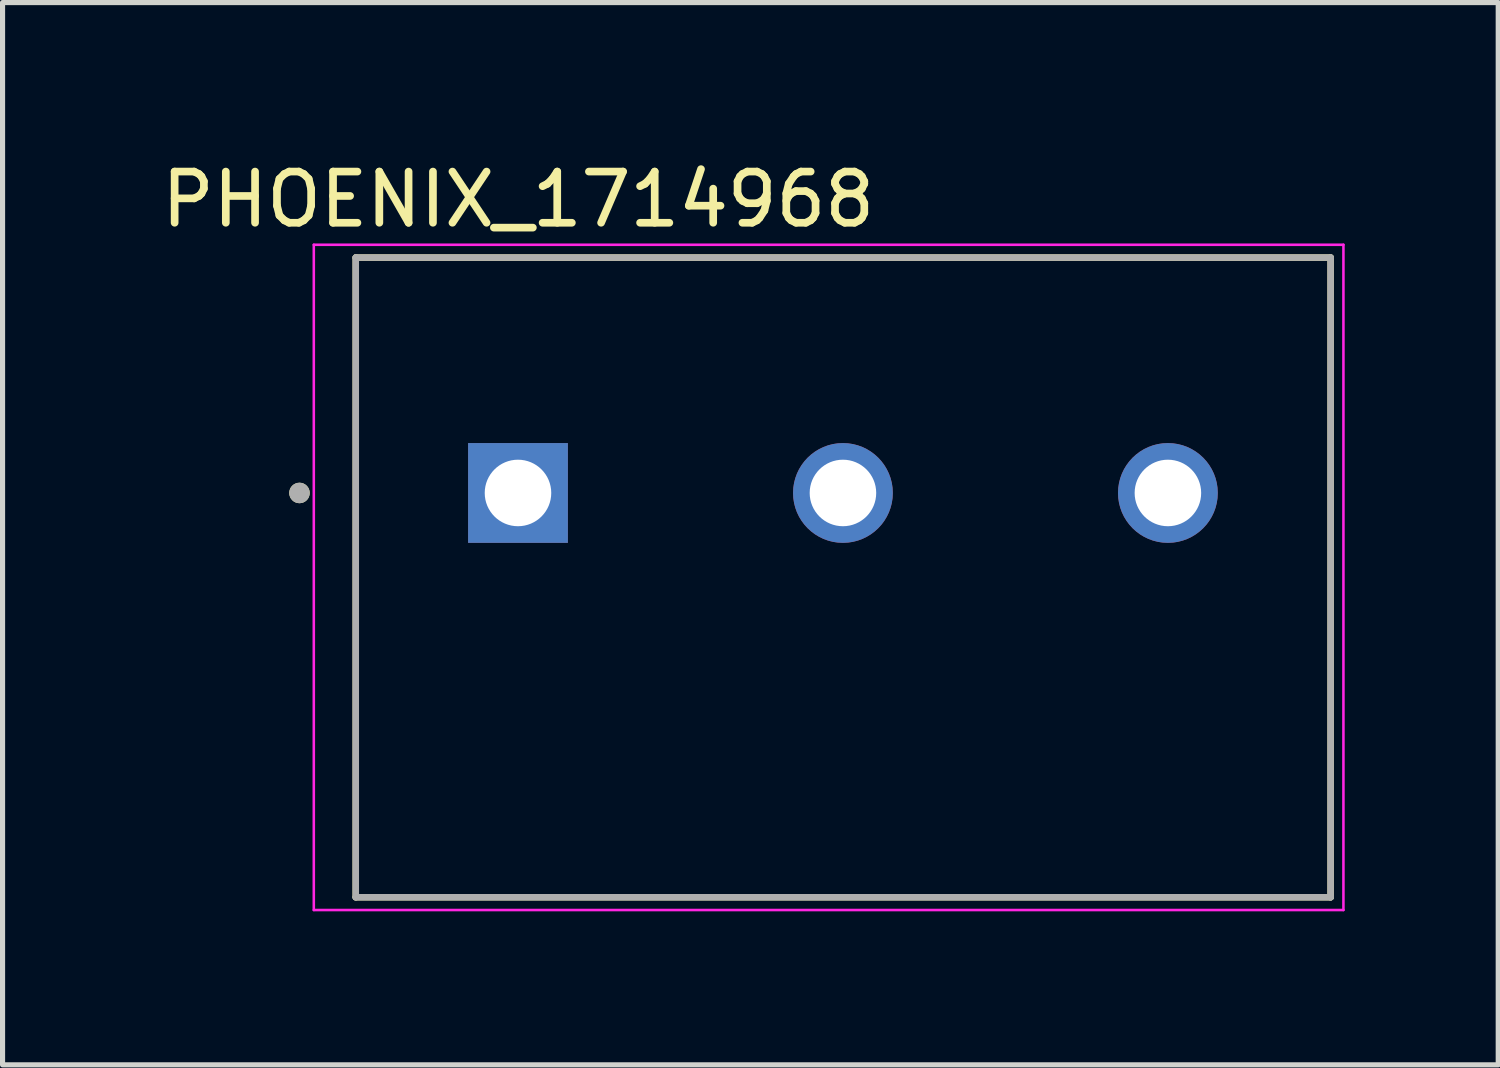
<source format=kicad_pcb>
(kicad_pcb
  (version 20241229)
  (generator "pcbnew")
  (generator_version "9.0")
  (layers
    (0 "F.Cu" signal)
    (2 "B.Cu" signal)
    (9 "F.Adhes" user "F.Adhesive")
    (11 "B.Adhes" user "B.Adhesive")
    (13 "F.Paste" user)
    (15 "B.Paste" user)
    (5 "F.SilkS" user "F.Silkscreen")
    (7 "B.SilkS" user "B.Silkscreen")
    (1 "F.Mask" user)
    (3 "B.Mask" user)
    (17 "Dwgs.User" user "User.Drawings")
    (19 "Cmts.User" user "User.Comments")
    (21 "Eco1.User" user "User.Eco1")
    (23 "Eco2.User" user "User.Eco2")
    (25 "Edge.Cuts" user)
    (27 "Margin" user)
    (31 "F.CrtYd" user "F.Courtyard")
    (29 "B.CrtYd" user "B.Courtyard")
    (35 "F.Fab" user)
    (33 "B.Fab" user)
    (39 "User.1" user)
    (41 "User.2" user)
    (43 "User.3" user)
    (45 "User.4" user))
  (footprint "PHOENIX_1714968"
    (layer "F.Cu")
    (at 3.902 14.483)
    (property "Reference" "PHOENIX_1714968" (at 3.175 -13.635 0) (layer "F.SilkS") (effects (font (size 1 1) (thickness 0.15))))
    (attr through_hole)
    (fp_line (start 0 -12.5) (end 0 0) (stroke (width 0.127) (type solid)) (layer "F.SilkS"))
    (fp_line (start 0 0) (end 19.05 0) (stroke (width 0.127) (type solid)) (layer "F.SilkS"))
    (fp_line (start 19.05 -12.5) (end 0 -12.5) (stroke (width 0.127) (type solid)) (layer "F.SilkS"))
    (fp_line (start 19.05 0) (end 19.05 -12.5) (stroke (width 0.127) (type solid)) (layer "F.SilkS"))
    (fp_circle (center -1.1 -7.9) (end -1 -7.9) (stroke (width 0.2) (type solid)) (fill no) (layer "F.SilkS"))
    (fp_line (start -0.82 -12.75) (end -0.82 0.25) (stroke (width 0.05) (type solid)) (layer "F.CrtYd"))
    (fp_line (start -0.82 0.25) (end 19.3 0.25) (stroke (width 0.05) (type solid)) (layer "F.CrtYd"))
    (fp_line (start 19.3 -12.75) (end -0.82 -12.75) (stroke (width 0.05) (type solid)) (layer "F.CrtYd"))
    (fp_line (start 19.3 0.25) (end 19.3 -12.75) (stroke (width 0.05) (type solid)) (layer "F.CrtYd"))
    (fp_line (start 0 -12.5) (end 0 0) (stroke (width 0.127) (type solid)) (layer "F.Fab"))
    (fp_line (start 0 0) (end 19.05 0) (stroke (width 0.127) (type solid)) (layer "F.Fab"))
    (fp_line (start 19.05 -12.5) (end 0 -12.5) (stroke (width 0.127) (type solid)) (layer "F.Fab"))
    (fp_line (start 19.05 0) (end 19.05 -12.5) (stroke (width 0.127) (type solid)) (layer "F.Fab"))
    (fp_circle (center -1.1 -7.9) (end -1 -7.9) (stroke (width 0.2) (type solid)) (fill no) (layer "F.Fab"))
    (pad "1" thru_hole rect (at 3.17 -7.9) (size 1.95 1.95) (drill 1.3) (layers "*.Cu" "*.Mask"))
    (pad "2" thru_hole circle (at 9.52 -7.9) (size 1.95 1.95) (drill 1.3) (layers "*.Cu" "*.Mask"))
    (pad "3" thru_hole circle (at 15.87 -7.9) (size 1.95 1.95) (drill 1.3) (layers "*.Cu" "*.Mask")))
  (gr_rect
    (start -3 -3)
    (end 26.227 17.758)
    (stroke (width 0.1) (type default))
    (fill no)
    (layer "Edge.Cuts")))
</source>
